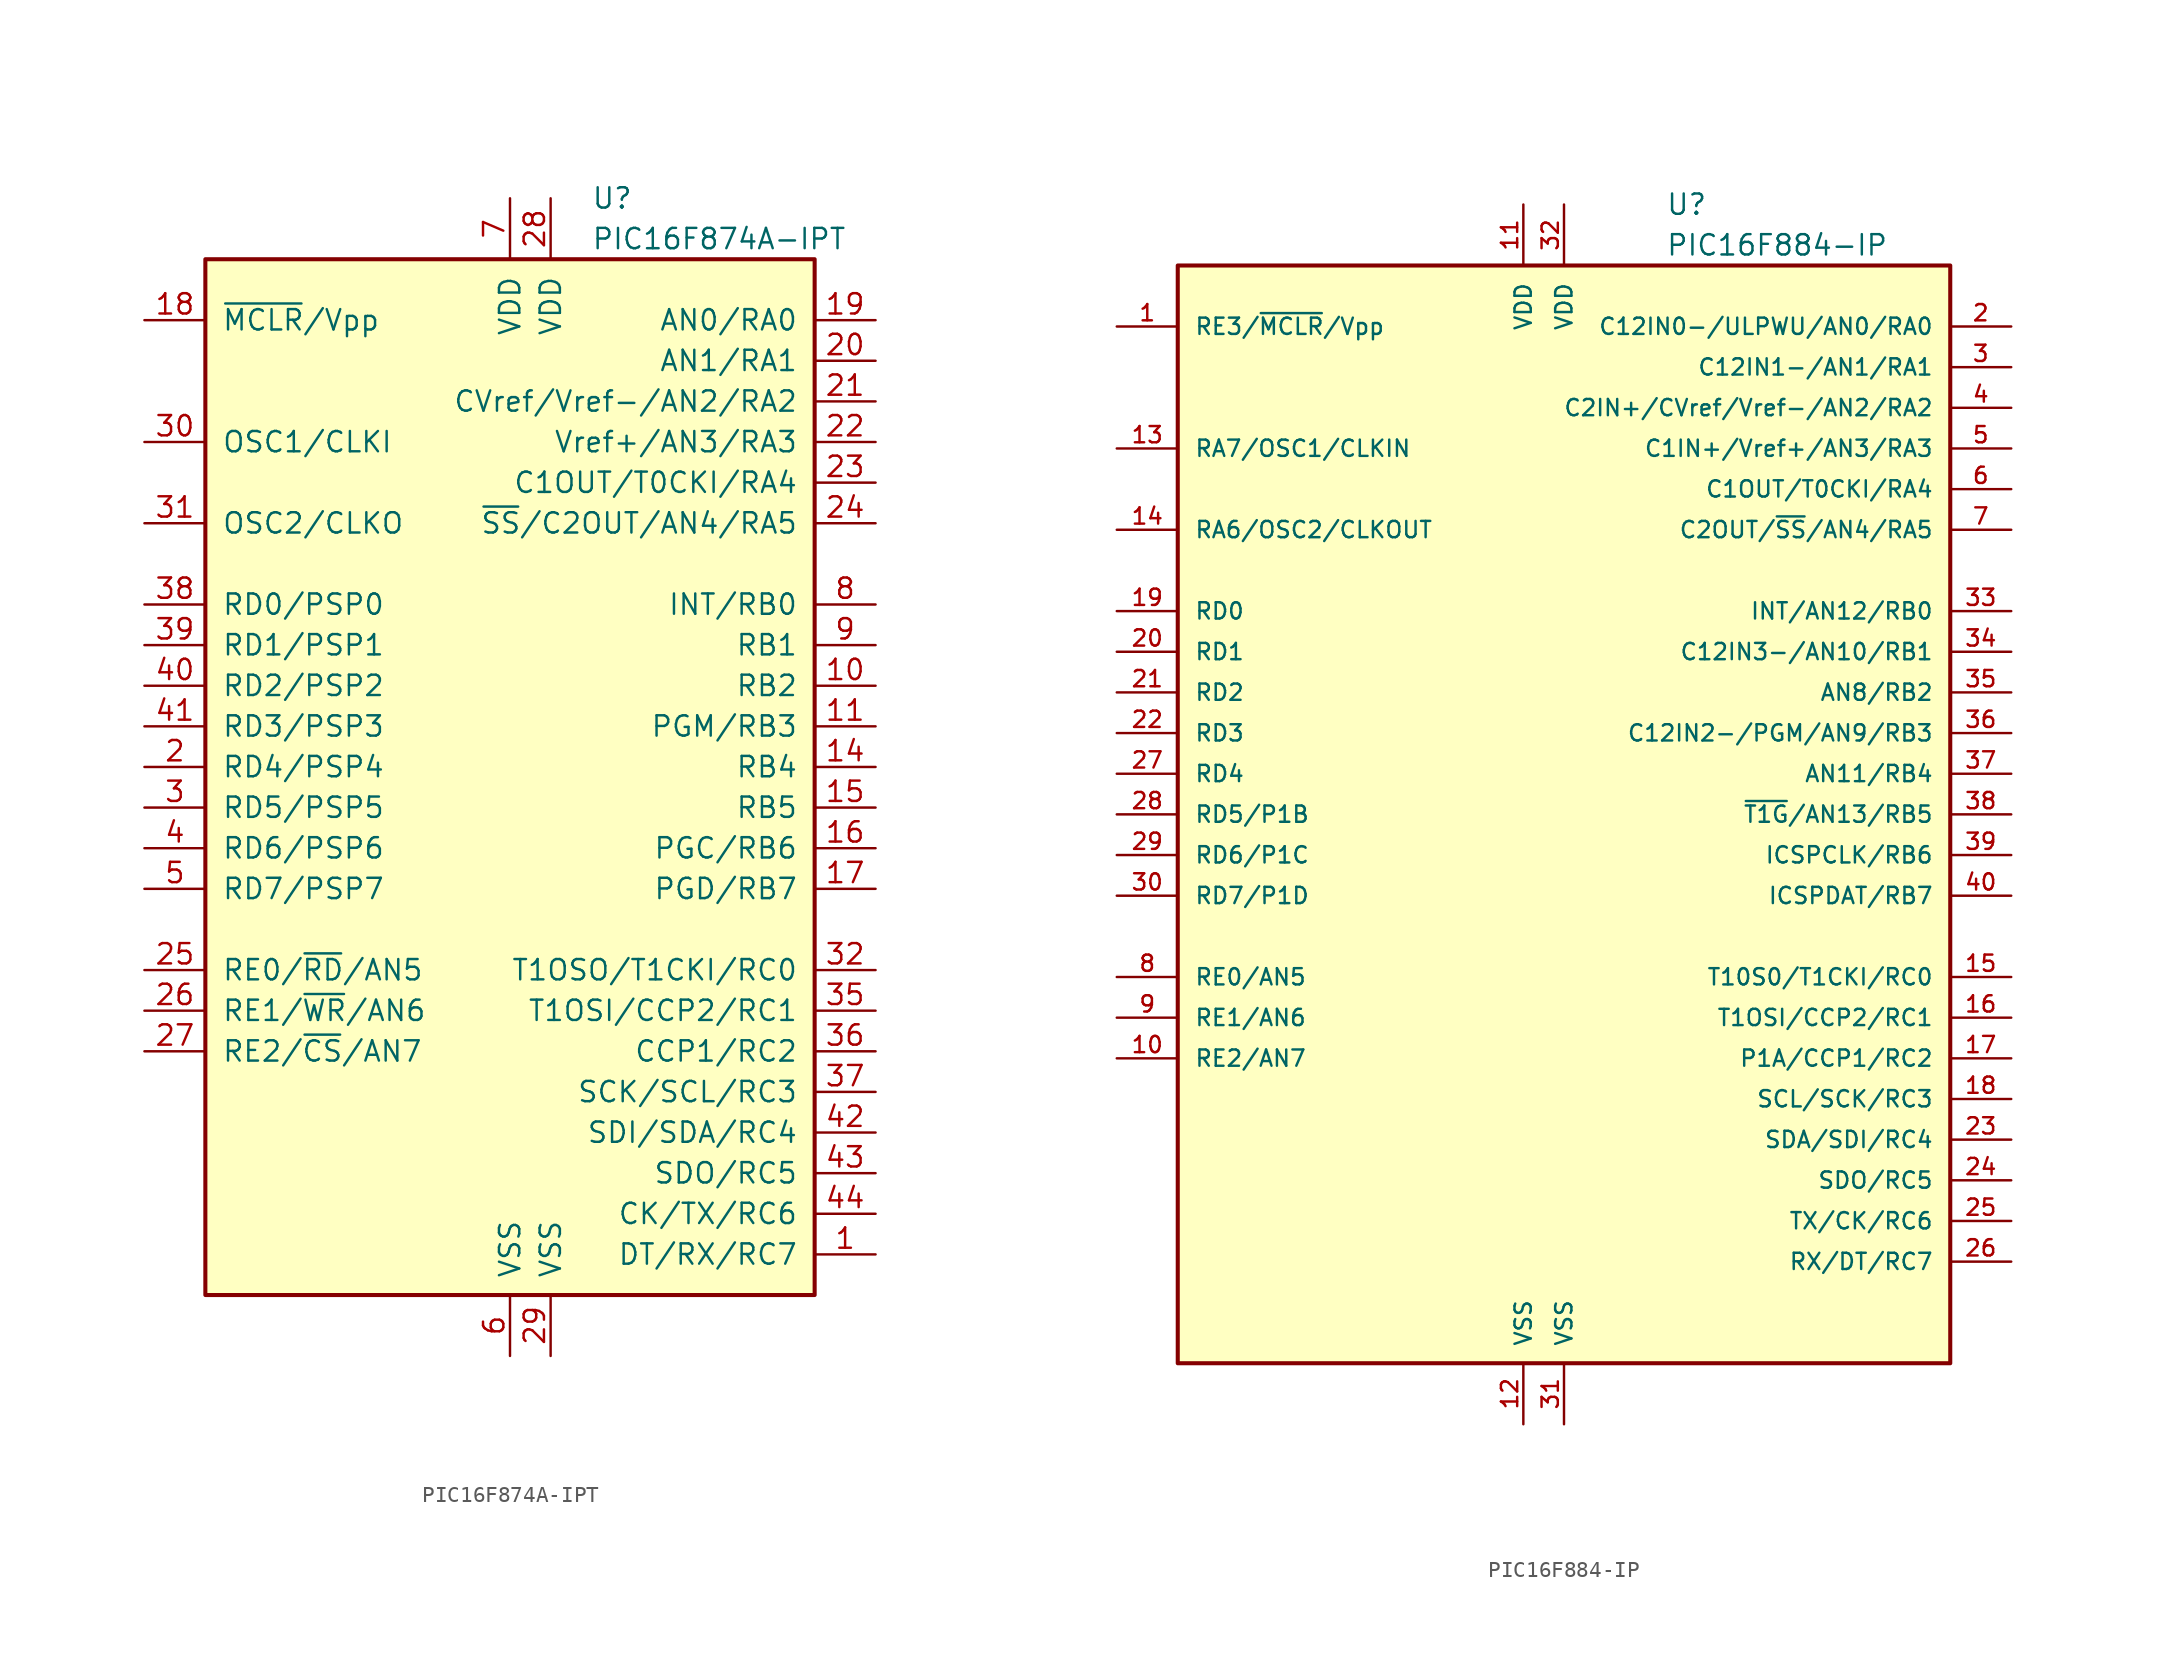
<source format=kicad_sym>
(kicad_symbol_lib
  (version 20211014)
  (generator kicad_symbol_editor)
  (symbol "PIC16F874A-IPT"
    (pin_names
      (offset 1.016))
    (property "Reference" "U"
      (at 5.08 35.56 0)
      (effects (font (size 1.27 1.27)) (justify left)))
    (property "Value" "PIC16F874A-IPT"
      (at 5.08 33.02 0)
      (effects (font (size 1.27 1.27)) (justify left)))
    (symbol "PIC16F874A-IPT_0_1"
      (rectangle (start -19.05 31.75) (end 19.05 -33.02) (stroke (width 0.254) (type default) (color 0 0 0 0)) (fill (type background))))
    (symbol "PIC16F874A-IPT_1_1"
      (pin bidirectional line (at 22.86 -30.48 180) (length 3.81) (name "DT/RX/RC7" (effects (font (size 1.27 1.27)))) (number "1" (effects (font (size 1.27 1.27)))))
      (pin bidirectional line (at 22.86 5.08 180) (length 3.81) (name "RB2" (effects (font (size 1.27 1.27)))) (number "10" (effects (font (size 1.27 1.27)))))
      (pin bidirectional line (at 22.86 2.54 180) (length 3.81) (name "PGM/RB3" (effects (font (size 1.27 1.27)))) (number "11" (effects (font (size 1.27 1.27)))))
      (pin bidirectional line (at 22.86 0 180) (length 3.81) (name "RB4" (effects (font (size 1.27 1.27)))) (number "14" (effects (font (size 1.27 1.27)))))
      (pin bidirectional line (at 22.86 -2.54 180) (length 3.81) (name "RB5" (effects (font (size 1.27 1.27)))) (number "15" (effects (font (size 1.27 1.27)))))
      (pin bidirectional line (at 22.86 -5.08 180) (length 3.81) (name "PGC/RB6" (effects (font (size 1.27 1.27)))) (number "16" (effects (font (size 1.27 1.27)))))
      (pin bidirectional line (at 22.86 -7.62 180) (length 3.81) (name "PGD/RB7" (effects (font (size 1.27 1.27)))) (number "17" (effects (font (size 1.27 1.27)))))
      (pin input line (at -22.86 27.94 0) (length 3.81) (name "~{MCLR}/Vpp" (effects (font (size 1.27 1.27)))) (number "18" (effects (font (size 1.27 1.27)))))
      (pin bidirectional line (at 22.86 27.94 180) (length 3.81) (name "AN0/RA0" (effects (font (size 1.27 1.27)))) (number "19" (effects (font (size 1.27 1.27)))))
      (pin bidirectional line (at -22.86 0 0) (length 3.81) (name "RD4/PSP4" (effects (font (size 1.27 1.27)))) (number "2" (effects (font (size 1.27 1.27)))))
      (pin bidirectional line (at 22.86 25.4 180) (length 3.81) (name "AN1/RA1" (effects (font (size 1.27 1.27)))) (number "20" (effects (font (size 1.27 1.27)))))
      (pin bidirectional line (at 22.86 22.86 180) (length 3.81) (name "CVref/Vref-/AN2/RA2" (effects (font (size 1.27 1.27)))) (number "21" (effects (font (size 1.27 1.27)))))
      (pin bidirectional line (at 22.86 20.32 180) (length 3.81) (name "Vref+/AN3/RA3" (effects (font (size 1.27 1.27)))) (number "22" (effects (font (size 1.27 1.27)))))
      (pin bidirectional line (at 22.86 17.78 180) (length 3.81) (name "C1OUT/T0CKI/RA4" (effects (font (size 1.27 1.27)))) (number "23" (effects (font (size 1.27 1.27)))))
      (pin bidirectional line (at 22.86 15.24 180) (length 3.81) (name "~{SS}/C2OUT/AN4/RA5" (effects (font (size 1.27 1.27)))) (number "24" (effects (font (size 1.27 1.27)))))
      (pin bidirectional line (at -22.86 -12.7 0) (length 3.81) (name "RE0/~{RD}/AN5" (effects (font (size 1.27 1.27)))) (number "25" (effects (font (size 1.27 1.27)))))
      (pin bidirectional line (at -22.86 -15.24 0) (length 3.81) (name "RE1/~{WR}/AN6" (effects (font (size 1.27 1.27)))) (number "26" (effects (font (size 1.27 1.27)))))
      (pin bidirectional line (at -22.86 -17.78 0) (length 3.81) (name "RE2/~{CS}/AN7" (effects (font (size 1.27 1.27)))) (number "27" (effects (font (size 1.27 1.27)))))
      (pin power_in line (at 2.54 35.56 270) (length 3.81) (name "VDD" (effects (font (size 1.27 1.27)))) (number "28" (effects (font (size 1.27 1.27)))))
      (pin power_in line (at 2.54 -36.83 90) (length 3.81) (name "VSS" (effects (font (size 1.27 1.27)))) (number "29" (effects (font (size 1.27 1.27)))))
      (pin bidirectional line (at -22.86 -2.54 0) (length 3.81) (name "RD5/PSP5" (effects (font (size 1.27 1.27)))) (number "3" (effects (font (size 1.27 1.27)))))
      (pin input line (at -22.86 20.32 0) (length 3.81) (name "OSC1/CLKI" (effects (font (size 1.27 1.27)))) (number "30" (effects (font (size 1.27 1.27)))))
      (pin output line (at -22.86 15.24 0) (length 3.81) (name "OSC2/CLKO" (effects (font (size 1.27 1.27)))) (number "31" (effects (font (size 1.27 1.27)))))
      (pin bidirectional line (at 22.86 -12.7 180) (length 3.81) (name "T1OSO/T1CKI/RC0" (effects (font (size 1.27 1.27)))) (number "32" (effects (font (size 1.27 1.27)))))
      (pin bidirectional line (at 22.86 -15.24 180) (length 3.81) (name "T1OSI/CCP2/RC1" (effects (font (size 1.27 1.27)))) (number "35" (effects (font (size 1.27 1.27)))))
      (pin bidirectional line (at 22.86 -17.78 180) (length 3.81) (name "CCP1/RC2" (effects (font (size 1.27 1.27)))) (number "36" (effects (font (size 1.27 1.27)))))
      (pin bidirectional line (at 22.86 -20.32 180) (length 3.81) (name "SCK/SCL/RC3" (effects (font (size 1.27 1.27)))) (number "37" (effects (font (size 1.27 1.27)))))
      (pin bidirectional line (at -22.86 10.16 0) (length 3.81) (name "RD0/PSP0" (effects (font (size 1.27 1.27)))) (number "38" (effects (font (size 1.27 1.27)))))
      (pin bidirectional line (at -22.86 7.62 0) (length 3.81) (name "RD1/PSP1" (effects (font (size 1.27 1.27)))) (number "39" (effects (font (size 1.27 1.27)))))
      (pin bidirectional line (at -22.86 -5.08 0) (length 3.81) (name "RD6/PSP6" (effects (font (size 1.27 1.27)))) (number "4" (effects (font (size 1.27 1.27)))))
      (pin bidirectional line (at -22.86 5.08 0) (length 3.81) (name "RD2/PSP2" (effects (font (size 1.27 1.27)))) (number "40" (effects (font (size 1.27 1.27)))))
      (pin bidirectional line (at -22.86 2.54 0) (length 3.81) (name "RD3/PSP3" (effects (font (size 1.27 1.27)))) (number "41" (effects (font (size 1.27 1.27)))))
      (pin bidirectional line (at 22.86 -22.86 180) (length 3.81) (name "SDI/SDA/RC4" (effects (font (size 1.27 1.27)))) (number "42" (effects (font (size 1.27 1.27)))))
      (pin bidirectional line (at 22.86 -25.4 180) (length 3.81) (name "SDO/RC5" (effects (font (size 1.27 1.27)))) (number "43" (effects (font (size 1.27 1.27)))))
      (pin bidirectional line (at 22.86 -27.94 180) (length 3.81) (name "CK/TX/RC6" (effects (font (size 1.27 1.27)))) (number "44" (effects (font (size 1.27 1.27)))))
      (pin bidirectional line (at -22.86 -7.62 0) (length 3.81) (name "RD7/PSP7" (effects (font (size 1.27 1.27)))) (number "5" (effects (font (size 1.27 1.27)))))
      (pin power_in line (at 0 -36.83 90) (length 3.81) (name "VSS" (effects (font (size 1.27 1.27)))) (number "6" (effects (font (size 1.27 1.27)))))
      (pin power_in line (at 0 35.56 270) (length 3.81) (name "VDD" (effects (font (size 1.27 1.27)))) (number "7" (effects (font (size 1.27 1.27)))))
      (pin bidirectional line (at 22.86 10.16 180) (length 3.81) (name "INT/RB0" (effects (font (size 1.27 1.27)))) (number "8" (effects (font (size 1.27 1.27)))))
      (pin bidirectional line (at 22.86 7.62 180) (length 3.81) (name "RB1" (effects (font (size 1.27 1.27)))) (number "9" (effects (font (size 1.27 1.27)))))))
  (symbol "PIC16F884-IP"
    (pin_names
      (offset 1.016))
    (property "Reference" "U"
      (at 6.35 38.1 0)
      (effects (font (size 1.27 1.27)) (justify left)))
    (property "Value" "PIC16F884-IP"
      (at 6.35 35.56 0)
      (effects (font (size 1.27 1.27)) (justify left)))
    (symbol "PIC16F884-IP_0_1"
      (rectangle (start -24.13 -34.29) (end 24.13 34.29) (stroke (width 0.254) (type default) (color 0 0 0 0)) (fill (type background))))
    (symbol "PIC16F884-IP_1_1"
      (pin input line (at -27.94 30.48 0) (length 3.81) (name "RE3/~{MCLR}/Vpp" (effects (font (size 1.016 1.016)))) (number "1" (effects (font (size 1.016 1.016)))))
      (pin bidirectional line (at -27.94 -15.24 0) (length 3.81) (name "RE2/AN7" (effects (font (size 1.016 1.016)))) (number "10" (effects (font (size 1.016 1.016)))))
      (pin power_in line (at -2.54 38.1 270) (length 3.81) (name "VDD" (effects (font (size 1.016 1.016)))) (number "11" (effects (font (size 1.016 1.016)))))
      (pin power_in line (at -2.54 -38.1 90) (length 3.81) (name "VSS" (effects (font (size 1.016 1.016)))) (number "12" (effects (font (size 1.016 1.016)))))
      (pin bidirectional line (at -27.94 22.86 0) (length 3.81) (name "RA7/OSC1/CLKIN" (effects (font (size 1.016 1.016)))) (number "13" (effects (font (size 1.016 1.016)))))
      (pin bidirectional line (at -27.94 17.78 0) (length 3.81) (name "RA6/OSC2/CLKOUT" (effects (font (size 1.016 1.016)))) (number "14" (effects (font (size 1.016 1.016)))))
      (pin bidirectional line (at 27.94 -10.16 180) (length 3.81) (name "T10S0/T1CKI/RC0" (effects (font (size 1.016 1.016)))) (number "15" (effects (font (size 1.016 1.016)))))
      (pin bidirectional line (at 27.94 -12.7 180) (length 3.81) (name "T1OSI/CCP2/RC1" (effects (font (size 1.016 1.016)))) (number "16" (effects (font (size 1.016 1.016)))))
      (pin bidirectional line (at 27.94 -15.24 180) (length 3.81) (name "P1A/CCP1/RC2" (effects (font (size 1.016 1.016)))) (number "17" (effects (font (size 1.016 1.016)))))
      (pin bidirectional line (at 27.94 -17.78 180) (length 3.81) (name "SCL/SCK/RC3" (effects (font (size 1.016 1.016)))) (number "18" (effects (font (size 1.016 1.016)))))
      (pin bidirectional line (at -27.94 12.7 0) (length 3.81) (name "RD0" (effects (font (size 1.016 1.016)))) (number "19" (effects (font (size 1.016 1.016)))))
      (pin bidirectional line (at 27.94 30.48 180) (length 3.81) (name "C12IN0-/ULPWU/AN0/RA0" (effects (font (size 1.016 1.016)))) (number "2" (effects (font (size 1.016 1.016)))))
      (pin bidirectional line (at -27.94 10.16 0) (length 3.81) (name "RD1" (effects (font (size 1.016 1.016)))) (number "20" (effects (font (size 1.016 1.016)))))
      (pin bidirectional line (at -27.94 7.62 0) (length 3.81) (name "RD2" (effects (font (size 1.016 1.016)))) (number "21" (effects (font (size 1.016 1.016)))))
      (pin bidirectional line (at -27.94 5.08 0) (length 3.81) (name "RD3" (effects (font (size 1.016 1.016)))) (number "22" (effects (font (size 1.016 1.016)))))
      (pin bidirectional line (at 27.94 -20.32 180) (length 3.81) (name "SDA/SDI/RC4" (effects (font (size 1.016 1.016)))) (number "23" (effects (font (size 1.016 1.016)))))
      (pin bidirectional line (at 27.94 -22.86 180) (length 3.81) (name "SDO/RC5" (effects (font (size 1.016 1.016)))) (number "24" (effects (font (size 1.016 1.016)))))
      (pin bidirectional line (at 27.94 -25.4 180) (length 3.81) (name "TX/CK/RC6" (effects (font (size 1.016 1.016)))) (number "25" (effects (font (size 1.016 1.016)))))
      (pin bidirectional line (at 27.94 -27.94 180) (length 3.81) (name "RX/DT/RC7" (effects (font (size 1.016 1.016)))) (number "26" (effects (font (size 1.016 1.016)))))
      (pin bidirectional line (at -27.94 2.54 0) (length 3.81) (name "RD4" (effects (font (size 1.016 1.016)))) (number "27" (effects (font (size 1.016 1.016)))))
      (pin bidirectional line (at -27.94 0 0) (length 3.81) (name "RD5/P1B" (effects (font (size 1.016 1.016)))) (number "28" (effects (font (size 1.016 1.016)))))
      (pin bidirectional line (at -27.94 -2.54 0) (length 3.81) (name "RD6/P1C" (effects (font (size 1.016 1.016)))) (number "29" (effects (font (size 1.016 1.016)))))
      (pin bidirectional line (at 27.94 27.94 180) (length 3.81) (name "C12IN1-/AN1/RA1" (effects (font (size 1.016 1.016)))) (number "3" (effects (font (size 1.016 1.016)))))
      (pin bidirectional line (at -27.94 -5.08 0) (length 3.81) (name "RD7/P1D" (effects (font (size 1.016 1.016)))) (number "30" (effects (font (size 1.016 1.016)))))
      (pin power_in line (at 0 -38.1 90) (length 3.81) (name "VSS" (effects (font (size 1.016 1.016)))) (number "31" (effects (font (size 1.016 1.016)))))
      (pin power_in line (at 0 38.1 270) (length 3.81) (name "VDD" (effects (font (size 1.016 1.016)))) (number "32" (effects (font (size 1.016 1.016)))))
      (pin bidirectional line (at 27.94 12.7 180) (length 3.81) (name "INT/AN12/RB0" (effects (font (size 1.016 1.016)))) (number "33" (effects (font (size 1.016 1.016)))))
      (pin bidirectional line (at 27.94 10.16 180) (length 3.81) (name "C12IN3-/AN10/RB1" (effects (font (size 1.016 1.016)))) (number "34" (effects (font (size 1.016 1.016)))))
      (pin bidirectional line (at 27.94 7.62 180) (length 3.81) (name "AN8/RB2" (effects (font (size 1.016 1.016)))) (number "35" (effects (font (size 1.016 1.016)))))
      (pin bidirectional line (at 27.94 5.08 180) (length 3.81) (name "C12IN2-/PGM/AN9/RB3" (effects (font (size 1.016 1.016)))) (number "36" (effects (font (size 1.016 1.016)))))
      (pin bidirectional line (at 27.94 2.54 180) (length 3.81) (name "AN11/RB4" (effects (font (size 1.016 1.016)))) (number "37" (effects (font (size 1.016 1.016)))))
      (pin bidirectional line (at 27.94 0 180) (length 3.81) (name "~{T1G}/AN13/RB5" (effects (font (size 1.016 1.016)))) (number "38" (effects (font (size 1.016 1.016)))))
      (pin bidirectional line (at 27.94 -2.54 180) (length 3.81) (name "ICSPCLK/RB6" (effects (font (size 1.016 1.016)))) (number "39" (effects (font (size 1.016 1.016)))))
      (pin bidirectional line (at 27.94 25.4 180) (length 3.81) (name "C2IN+/CVref/Vref-/AN2/RA2" (effects (font (size 1.016 1.016)))) (number "4" (effects (font (size 1.016 1.016)))))
      (pin bidirectional line (at 27.94 -5.08 180) (length 3.81) (name "ICSPDAT/RB7" (effects (font (size 1.016 1.016)))) (number "40" (effects (font (size 1.016 1.016)))))
      (pin bidirectional line (at 27.94 22.86 180) (length 3.81) (name "C1IN+/Vref+/AN3/RA3" (effects (font (size 1.016 1.016)))) (number "5" (effects (font (size 1.016 1.016)))))
      (pin bidirectional line (at 27.94 20.32 180) (length 3.81) (name "C1OUT/T0CKI/RA4" (effects (font (size 1.016 1.016)))) (number "6" (effects (font (size 1.016 1.016)))))
      (pin bidirectional line (at 27.94 17.78 180) (length 3.81) (name "C2OUT/~{SS}/AN4/RA5" (effects (font (size 1.016 1.016)))) (number "7" (effects (font (size 1.016 1.016)))))
      (pin bidirectional line (at -27.94 -10.16 0) (length 3.81) (name "RE0/AN5" (effects (font (size 1.016 1.016)))) (number "8" (effects (font (size 1.016 1.016)))))
      (pin bidirectional line (at -27.94 -12.7 0) (length 3.81) (name "RE1/AN6" (effects (font (size 1.016 1.016)))) (number "9" (effects (font (size 1.016 1.016))))))))
</source>
